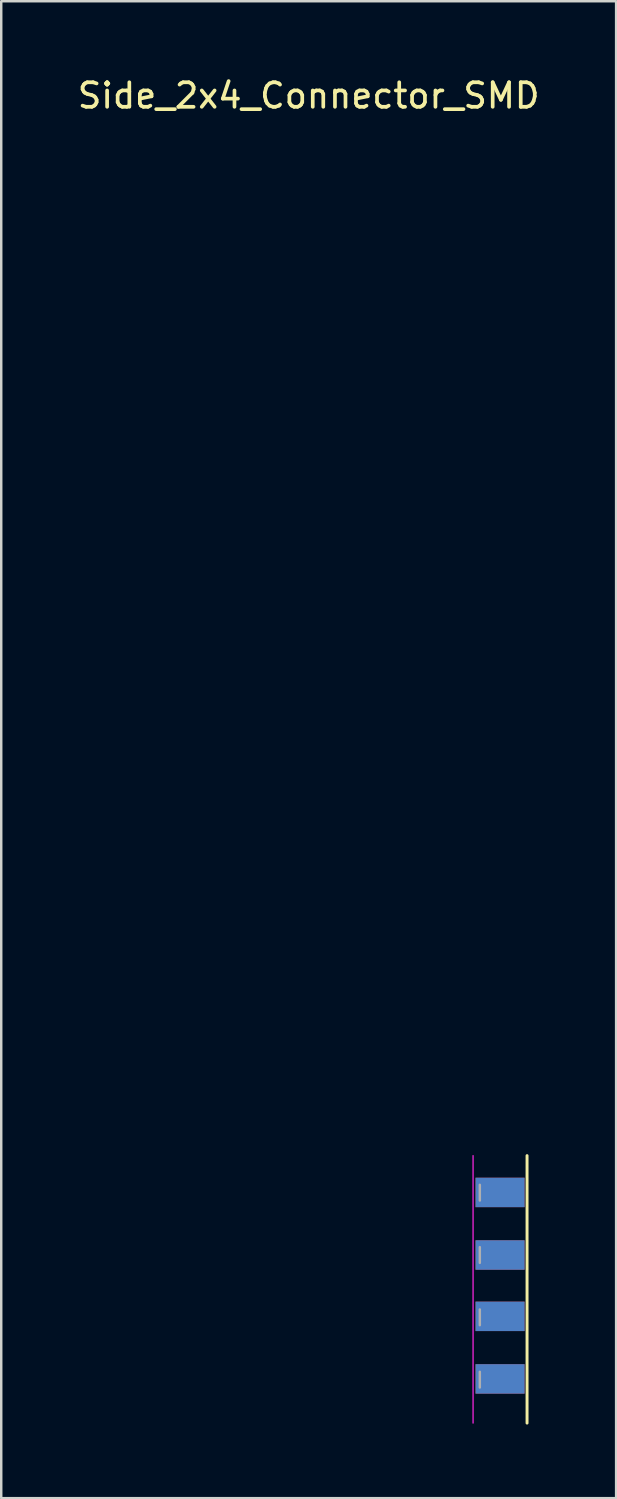
<source format=kicad_pcb>
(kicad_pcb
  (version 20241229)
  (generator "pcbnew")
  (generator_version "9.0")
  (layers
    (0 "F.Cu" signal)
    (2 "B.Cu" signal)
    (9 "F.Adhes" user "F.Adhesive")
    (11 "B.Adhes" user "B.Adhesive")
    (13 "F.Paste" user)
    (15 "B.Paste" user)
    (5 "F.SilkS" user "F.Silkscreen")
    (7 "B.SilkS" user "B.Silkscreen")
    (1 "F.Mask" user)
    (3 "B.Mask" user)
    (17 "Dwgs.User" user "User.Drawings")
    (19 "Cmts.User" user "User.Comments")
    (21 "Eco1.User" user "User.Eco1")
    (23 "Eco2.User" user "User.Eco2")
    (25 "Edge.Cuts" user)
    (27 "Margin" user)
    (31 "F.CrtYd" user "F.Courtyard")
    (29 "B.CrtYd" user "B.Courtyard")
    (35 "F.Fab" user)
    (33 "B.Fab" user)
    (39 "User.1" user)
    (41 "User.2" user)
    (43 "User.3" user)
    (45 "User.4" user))
  (footprint "Side_2x4_Connector_SMD"
    (layer "F.Cu")
    (at 17.33 49.348)
    (property "Reference" "Side_2x4_Connector_SMD" (at -7.8 -48.5 0) (layer "F.SilkS") (effects (font (size 1 1) (thickness 0.15))))
    (attr smd)
    (fp_line (start 1.1 5.6) (end 1.1 -5.3) (stroke (width 0.12) (type solid)) (layer "F.SilkS"))
    (fp_line (start -1.1 5.6) (end -1.1 -5.3) (stroke (width 0.05) (type solid)) (layer "F.CrtYd"))
    (fp_line (start -0.825 -4.11) (end -0.825 -3.47) (stroke (width 0.1) (type solid)) (layer "F.Fab"))
    (fp_line (start -0.825 -1.57) (end -0.825 -0.93) (stroke (width 0.1) (type solid)) (layer "F.Fab"))
    (fp_line (start -0.825 0.97) (end -0.825 1.61) (stroke (width 0.1) (type solid)) (layer "F.Fab"))
    (fp_line (start -0.825 3.51) (end -0.825 4.15) (stroke (width 0.1) (type solid)) (layer "F.Fab"))
    (pad "1" smd rect (at 0 3.8) (size 2 1.2) (layers "F.Cu" "F.Mask" "F.Paste"))
    (pad "2" smd rect (at 0 3.8) (size 2 1.2) (layers "B.Cu" "B.Mask" "B.Paste"))
    (pad "3" smd rect (at 0 1.25) (size 2 1.2) (layers "F.Cu" "F.Mask" "F.Paste"))
    (pad "4" smd rect (at 0 1.25) (size 2 1.2) (layers "B.Cu" "B.Mask" "B.Paste"))
    (pad "5" smd rect (at 0 -1.25) (size 2 1.2) (layers "F.Cu" "F.Mask" "F.Paste"))
    (pad "6" smd rect (at 0 -1.25) (size 2 1.2) (layers "B.Cu" "B.Mask" "B.Paste"))
    (pad "7" smd rect (at 0 -3.8) (size 2 1.2) (layers "F.Cu" "F.Mask" "F.Paste"))
    (pad "8" smd rect (at 0 -3.8) (size 2 1.2) (layers "B.Cu" "B.Mask" "B.Paste")))
  (gr_rect
    (start -3 -3)
    (end 22.06 58.008)
    (stroke (width 0.1) (type default))
    (fill no)
    (layer "Edge.Cuts")))
</source>
